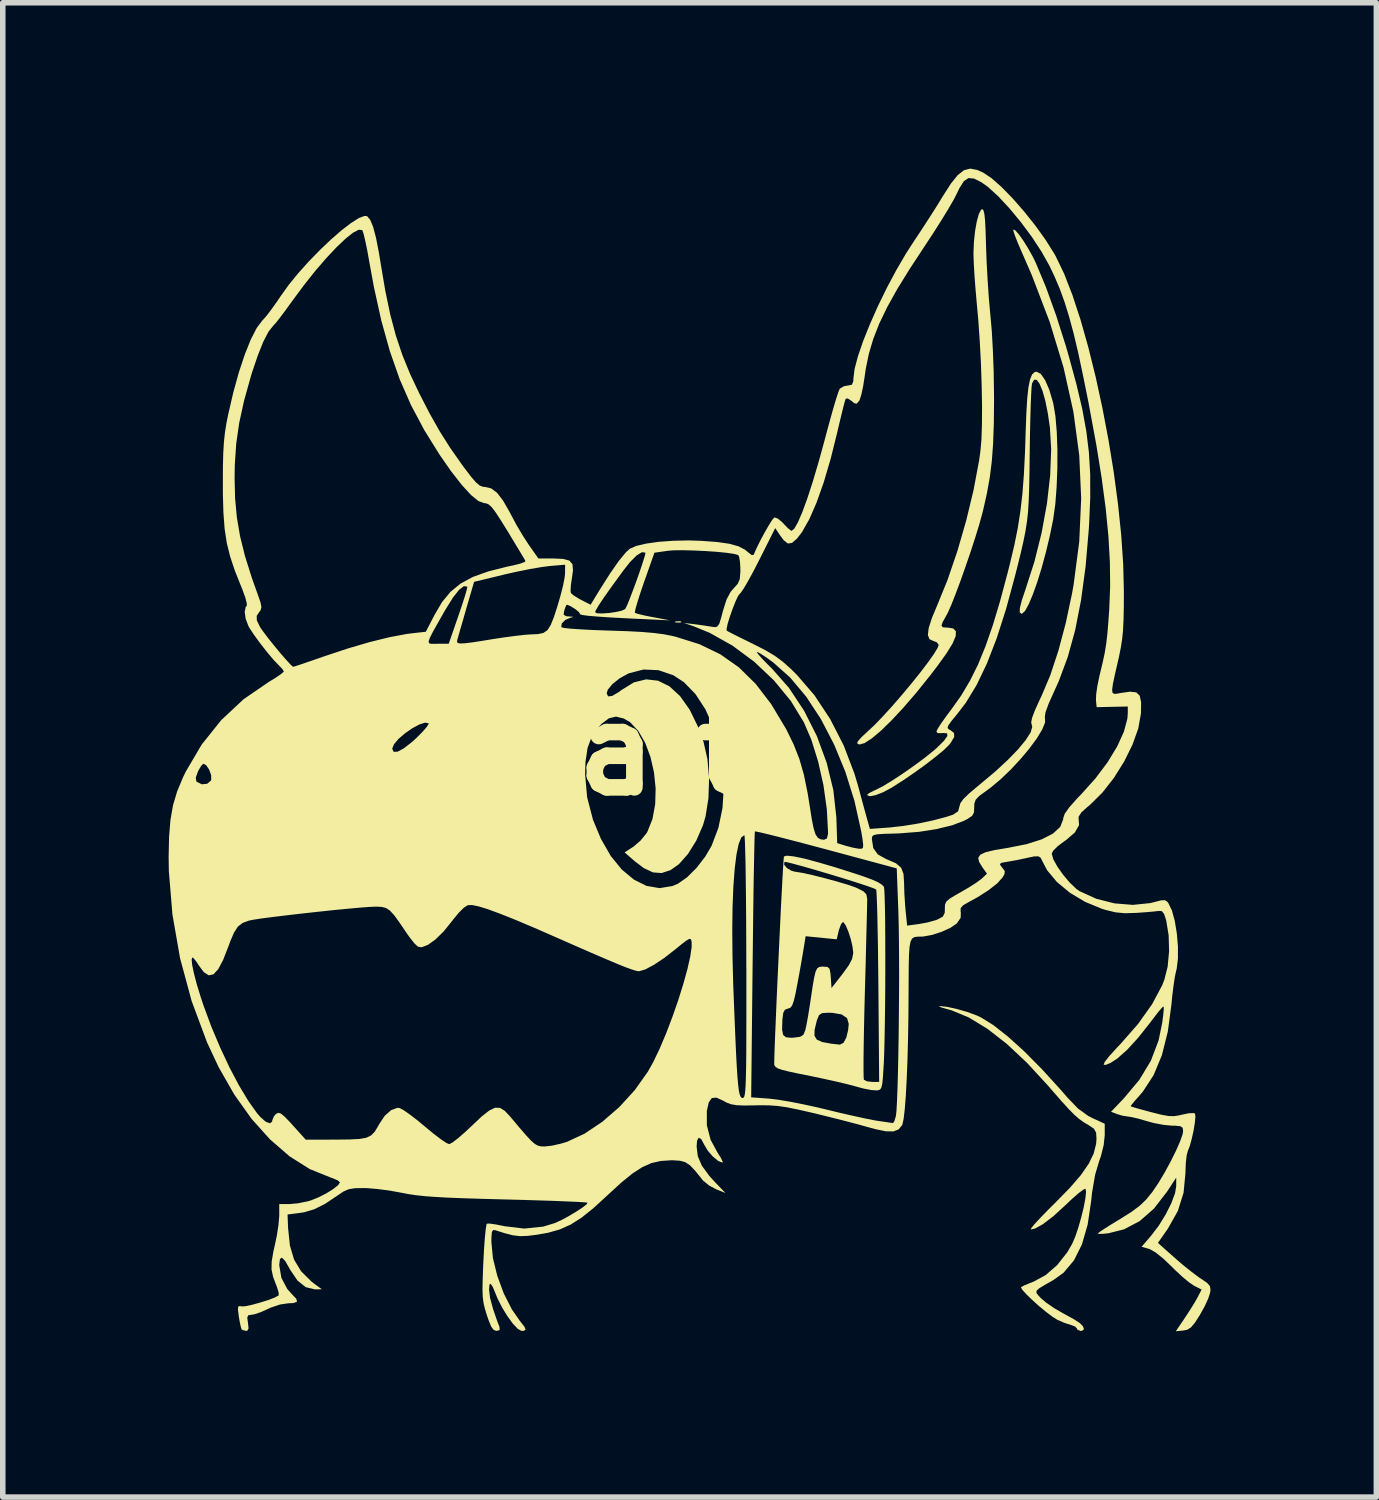
<source format=kicad_pcb>
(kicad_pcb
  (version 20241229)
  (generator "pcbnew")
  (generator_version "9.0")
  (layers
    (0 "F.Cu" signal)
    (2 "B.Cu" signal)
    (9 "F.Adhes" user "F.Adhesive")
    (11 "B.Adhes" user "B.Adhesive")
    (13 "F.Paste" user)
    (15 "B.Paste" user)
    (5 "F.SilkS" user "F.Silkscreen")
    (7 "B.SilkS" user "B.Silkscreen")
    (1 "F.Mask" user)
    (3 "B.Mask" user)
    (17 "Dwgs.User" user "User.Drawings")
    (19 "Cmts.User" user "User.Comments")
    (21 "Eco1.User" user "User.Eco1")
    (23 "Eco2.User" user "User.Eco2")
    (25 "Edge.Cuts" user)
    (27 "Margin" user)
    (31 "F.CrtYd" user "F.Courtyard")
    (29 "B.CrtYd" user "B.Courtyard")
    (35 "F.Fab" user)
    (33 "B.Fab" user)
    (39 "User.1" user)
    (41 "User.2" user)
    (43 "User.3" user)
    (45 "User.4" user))
  (footprint "alt"
    (layer "F.Cu")
    (at 8.924 10.513)
    (property "Reference" "alt" (at 0 0 0) (layer "F.SilkS") (effects (font (size 1.5 1.5) (thickness 0.3))))
    (attr board_only exclude_from_pos_files exclude_from_bom)
    (fp_poly (pts (xy 0.344 -2.322) (xy 0.349 -2.306) (xy 0.292 -2.301) (xy 0.233 -2.307) (xy 0.24 -2.322) (xy 0.325 -2.327)) (stroke (width 0) (type solid)) (fill yes) (layer "F.SilkS"))
    (fp_poly (pts (xy 5.814 -9.76) (xy 5.831 -9.693) (xy 5.844 -9.57) (xy 5.853 -9.383) (xy 5.861 -9.121) (xy 5.861 -9.113) (xy 5.872 -8.819) (xy 5.89 -8.492) (xy 5.912 -8.169) (xy 5.937 -7.886) (xy 5.941 -7.847) (xy 5.966 -7.564) (xy 5.985 -7.221) (xy 5.999 -6.844) (xy 6.005 -6.457) (xy 6.006 -6.325) (xy 6.002 -5.901) (xy 5.989 -5.542) (xy 5.966 -5.226) (xy 5.93 -4.936) (xy 5.879 -4.65) (xy 5.812 -4.35) (xy 5.793 -4.275) (xy 5.74 -4.082) (xy 5.668 -3.847) (xy 5.584 -3.588) (xy 5.492 -3.32) (xy 5.4 -3.059) (xy 5.311 -2.821) (xy 5.233 -2.623) (xy 5.17 -2.481) (xy 5.146 -2.436) (xy 5.078 -2.314) (xy 5.055 -2.246) (xy 5.08 -2.217) (xy 5.154 -2.211) (xy 5.173 -2.211) (xy 5.269 -2.195) (xy 5.316 -2.145) (xy 5.312 -2.056) (xy 5.256 -1.924) (xy 5.145 -1.744) (xy 4.978 -1.512) (xy 4.854 -1.35) (xy 4.605 -1.04) (xy 4.369 -0.766) (xy 4.152 -0.533) (xy 3.958 -0.344) (xy 3.792 -0.205) (xy 3.661 -0.121) (xy 3.568 -0.096) (xy 3.527 -0.121) (xy 3.547 -0.161) (xy 3.616 -0.237) (xy 3.713 -0.327) (xy 3.842 -0.447) (xy 3.995 -0.606) (xy 4.164 -0.791) (xy 4.339 -0.993) (xy 4.511 -1.199) (xy 4.671 -1.398) (xy 4.809 -1.58) (xy 4.917 -1.732) (xy 4.985 -1.844) (xy 5.005 -1.899) (xy 4.969 -1.947) (xy 4.911 -1.968) (xy 4.838 -2.001) (xy 4.809 -2.077) (xy 4.824 -2.204) (xy 4.883 -2.388) (xy 4.977 -2.612) (xy 5.166 -3.077) (xy 5.344 -3.599) (xy 5.503 -4.15) (xy 5.636 -4.702) (xy 5.735 -5.23) (xy 5.759 -5.401) (xy 5.778 -5.611) (xy 5.787 -5.89) (xy 5.789 -6.221) (xy 5.782 -6.59) (xy 5.769 -6.982) (xy 5.748 -7.382) (xy 5.721 -7.776) (xy 5.694 -8.07) (xy 5.672 -8.319) (xy 5.653 -8.566) (xy 5.64 -8.786) (xy 5.634 -8.954) (xy 5.634 -8.988) (xy 5.642 -9.19) (xy 5.663 -9.386) (xy 5.694 -9.559) (xy 5.731 -9.692) (xy 5.771 -9.769) (xy 5.792 -9.78)) (stroke (width 0) (type solid)) (fill yes) (layer "F.SilkS"))
    (fp_poly (pts (xy 5.155 4.648) (xy 5.329 4.686) (xy 5.517 4.74) (xy 5.688 4.802) (xy 5.768 4.839) (xy 5.995 4.98) (xy 6.259 5.188) (xy 6.554 5.455) (xy 6.873 5.777) (xy 7.21 6.147) (xy 7.338 6.294) (xy 7.527 6.49) (xy 7.71 6.622) (xy 7.786 6.661) (xy 8.008 6.763) (xy 8.008 6.972) (xy 7.989 7.149) (xy 7.938 7.352) (xy 7.907 7.438) (xy 7.834 7.686) (xy 7.779 8.006) (xy 7.763 8.158) (xy 7.699 8.588) (xy 7.595 8.947) (xy 7.45 9.236) (xy 7.263 9.458) (xy 7.082 9.588) (xy 6.92 9.68) (xy 6.82 9.741) (xy 6.774 9.785) (xy 6.773 9.824) (xy 6.809 9.871) (xy 6.856 9.92) (xy 6.953 10.002) (xy 7.096 10.1) (xy 7.257 10.193) (xy 7.273 10.202) (xy 7.447 10.297) (xy 7.557 10.368) (xy 7.614 10.426) (xy 7.632 10.478) (xy 7.632 10.479) (xy 7.599 10.507) (xy 7.57 10.51) (xy 7.514 10.488) (xy 7.507 10.469) (xy 7.472 10.431) (xy 7.393 10.401) (xy 7.27 10.361) (xy 7.153 10.31) (xy 7.062 10.253) (xy 6.945 10.165) (xy 6.817 10.059) (xy 6.693 9.947) (xy 6.588 9.845) (xy 6.516 9.765) (xy 6.493 9.721) (xy 6.495 9.718) (xy 6.55 9.688) (xy 6.656 9.644) (xy 6.725 9.617) (xy 6.94 9.5) (xy 7.148 9.319) (xy 7.329 9.09) (xy 7.42 8.933) (xy 7.476 8.802) (xy 7.532 8.636) (xy 7.584 8.452) (xy 7.628 8.272) (xy 7.658 8.113) (xy 7.67 7.995) (xy 7.66 7.938) (xy 7.621 7.954) (xy 7.536 8.018) (xy 7.419 8.12) (xy 7.309 8.224) (xy 7.081 8.433) (xy 6.892 8.578) (xy 6.745 8.659) (xy 6.669 8.675) (xy 6.681 8.648) (xy 6.744 8.572) (xy 6.85 8.458) (xy 6.991 8.313) (xy 7.12 8.185) (xy 7.381 7.918) (xy 7.579 7.688) (xy 7.719 7.485) (xy 7.808 7.302) (xy 7.852 7.127) (xy 7.859 7.038) (xy 7.852 6.923) (xy 7.812 6.852) (xy 7.716 6.788) (xy 7.628 6.736) (xy 7.546 6.677) (xy 7.459 6.601) (xy 7.357 6.498) (xy 7.228 6.356) (xy 7.061 6.165) (xy 6.977 6.068) (xy 6.603 5.662) (xy 6.237 5.319) (xy 5.884 5.044) (xy 5.548 4.84) (xy 5.234 4.71) (xy 5.158 4.689) (xy 5.055 4.66) (xy 5.011 4.641) (xy 5.026 4.635)) (stroke (width 0) (type solid)) (fill yes) (layer "F.SilkS"))
    (fp_poly (pts (xy 6.851 -6.8) (xy 6.929 -6.688) (xy 7.005 -6.513) (xy 7.072 -6.287) (xy 7.079 -6.257) (xy 7.116 -6.037) (xy 7.14 -5.756) (xy 7.152 -5.435) (xy 7.151 -5.096) (xy 7.138 -4.758) (xy 7.114 -4.444) (xy 7.076 -4.175) (xy 7.076 -4.171) (xy 7.015 -3.872) (xy 6.944 -3.575) (xy 6.867 -3.292) (xy 6.787 -3.033) (xy 6.707 -2.809) (xy 6.632 -2.632) (xy 6.566 -2.512) (xy 6.511 -2.462) (xy 6.504 -2.461) (xy 6.471 -2.485) (xy 6.472 -2.561) (xy 6.506 -2.698) (xy 6.572 -2.894) (xy 6.736 -3.403) (xy 6.867 -3.929) (xy 6.963 -4.455) (xy 7.021 -4.963) (xy 7.039 -5.435) (xy 7.016 -5.834) (xy 6.978 -6.091) (xy 6.933 -6.314) (xy 6.882 -6.494) (xy 6.829 -6.623) (xy 6.777 -6.693) (xy 6.731 -6.695) (xy 6.693 -6.628) (xy 6.685 -6.563) (xy 6.677 -6.427) (xy 6.669 -6.231) (xy 6.662 -5.987) (xy 6.656 -5.706) (xy 6.651 -5.401) (xy 6.651 -5.385) (xy 6.647 -5.03) (xy 6.641 -4.743) (xy 6.633 -4.507) (xy 6.621 -4.307) (xy 6.601 -4.126) (xy 6.573 -3.949) (xy 6.535 -3.76) (xy 6.485 -3.543) (xy 6.42 -3.282) (xy 6.386 -3.148) (xy 6.222 -2.543) (xy 6.053 -2.016) (xy 5.877 -1.562) (xy 5.692 -1.175) (xy 5.495 -0.851) (xy 5.338 -0.646) (xy 5.234 -0.52) (xy 5.179 -0.443) (xy 5.165 -0.398) (xy 5.187 -0.371) (xy 5.212 -0.359) (xy 5.282 -0.306) (xy 5.285 -0.233) (xy 5.222 -0.127) (xy 5.189 -0.087) (xy 5.099 0.002) (xy 4.954 0.122) (xy 4.772 0.263) (xy 4.568 0.41) (xy 4.359 0.553) (xy 4.161 0.679) (xy 4.14 0.692) (xy 3.996 0.768) (xy 3.865 0.819) (xy 3.766 0.839) (xy 3.715 0.823) (xy 3.712 0.811) (xy 3.747 0.782) (xy 3.833 0.738) (xy 3.868 0.723) (xy 3.995 0.658) (xy 4.168 0.553) (xy 4.366 0.422) (xy 4.572 0.278) (xy 4.765 0.134) (xy 4.927 0.003) (xy 4.966 -0.031) (xy 5.098 -0.161) (xy 5.162 -0.251) (xy 5.157 -0.299) (xy 5.082 -0.305) (xy 5.067 -0.302) (xy 4.986 -0.303) (xy 4.963 -0.331) (xy 4.987 -0.382) (xy 5.052 -0.483) (xy 5.148 -0.618) (xy 5.241 -0.742) (xy 5.414 -0.986) (xy 5.57 -1.249) (xy 5.715 -1.54) (xy 5.85 -1.87) (xy 5.982 -2.248) (xy 6.114 -2.687) (xy 6.25 -3.195) (xy 6.291 -3.358) (xy 6.371 -3.694) (xy 6.434 -4.006) (xy 6.482 -4.312) (xy 6.519 -4.632) (xy 6.546 -4.983) (xy 6.566 -5.385) (xy 6.577 -5.735) (xy 6.59 -6.083) (xy 6.606 -6.355) (xy 6.628 -6.558) (xy 6.657 -6.701) (xy 6.694 -6.79) (xy 6.741 -6.833) (xy 6.776 -6.84)) (stroke (width 0) (type solid)) (fill yes) (layer "F.SilkS"))
    (fp_poly (pts (xy 2.382 1.927) (xy 2.574 1.967) (xy 2.826 2.034) (xy 3.125 2.122) (xy 3.413 2.213) (xy 3.632 2.285) (xy 3.791 2.343) (xy 3.9 2.391) (xy 3.97 2.433) (xy 4.01 2.472) (xy 4.014 2.477) (xy 4.021 2.53) (xy 4.027 2.654) (xy 4.032 2.84) (xy 4.036 3.076) (xy 4.038 3.352) (xy 4.039 3.656) (xy 4.039 3.977) (xy 4.038 4.304) (xy 4.035 4.627) (xy 4.031 4.934) (xy 4.026 5.214) (xy 4.02 5.457) (xy 4.013 5.651) (xy 4.009 5.714) (xy 3.997 5.909) (xy 3.985 6.036) (xy 3.968 6.109) (xy 3.943 6.145) (xy 3.905 6.158) (xy 3.879 6.16) (xy 3.785 6.153) (xy 3.645 6.126) (xy 3.503 6.088) (xy 3.353 6.048) (xy 3.148 5.999) (xy 2.917 5.948) (xy 2.708 5.904) (xy 2.463 5.855) (xy 2.287 5.817) (xy 2.169 5.787) (xy 2.096 5.762) (xy 2.055 5.736) (xy 2.034 5.707) (xy 2.031 5.699) (xy 2.03 5.652) (xy 2.033 5.531) (xy 2.039 5.348) (xy 2.048 5.113) (xy 2.051 5.058) (xy 2.172 5.058) (xy 2.19 5.155) (xy 2.242 5.199) (xy 2.337 5.208) (xy 2.385 5.205) (xy 2.499 5.19) (xy 2.53 5.171) (xy 2.758 5.171) (xy 2.8 5.241) (xy 2.898 5.285) (xy 3.061 5.315) (xy 3.218 5.332) (xy 3.283 5.299) (xy 3.333 5.207) (xy 3.366 5.074) (xy 3.378 4.956) (xy 3.347 4.852) (xy 3.25 4.786) (xy 3.083 4.757) (xy 3.002 4.755) (xy 2.895 4.762) (xy 2.839 4.799) (xy 2.803 4.889) (xy 2.797 4.911) (xy 2.76 5.064) (xy 2.758 5.171) (xy 2.53 5.171) (xy 2.558 5.152) (xy 2.591 5.074) (xy 2.593 5.067) (xy 2.613 4.974) (xy 2.641 4.822) (xy 2.671 4.635) (xy 2.691 4.504) (xy 2.725 4.275) (xy 2.753 4.115) (xy 2.778 4.012) (xy 2.806 3.954) (xy 2.842 3.928) (xy 2.89 3.921) (xy 2.92 3.921) (xy 2.994 3.927) (xy 3.031 3.961) (xy 3.047 4.045) (xy 3.053 4.114) (xy 3.066 4.308) (xy 3.264 4.055) (xy 3.376 3.9) (xy 3.438 3.783) (xy 3.458 3.682) (xy 3.459 3.663) (xy 3.444 3.549) (xy 3.412 3.414) (xy 3.369 3.282) (xy 3.323 3.176) (xy 3.283 3.119) (xy 3.27 3.115) (xy 3.237 3.157) (xy 3.203 3.25) (xy 3.196 3.275) (xy 3.16 3.427) (xy 2.879 3.399) (xy 2.598 3.371) (xy 2.569 3.552) (xy 2.55 3.668) (xy 2.52 3.841) (xy 2.484 4.044) (xy 2.455 4.2) (xy 2.416 4.404) (xy 2.384 4.539) (xy 2.355 4.621) (xy 2.324 4.663) (xy 2.284 4.679) (xy 2.279 4.679) (xy 2.223 4.7) (xy 2.193 4.758) (xy 2.178 4.873) (xy 2.177 4.895) (xy 2.172 5.058) (xy 2.051 5.058) (xy 2.06 4.835) (xy 2.073 4.525) (xy 2.088 4.194) (xy 2.104 3.851) (xy 2.12 3.507) (xy 2.136 3.173) (xy 2.151 2.857) (xy 2.166 2.572) (xy 2.179 2.326) (xy 2.19 2.131) (xy 2.194 2.078) (xy 2.21 2.078) (xy 2.26 2.138) (xy 2.342 2.187) (xy 2.402 2.203) (xy 2.537 2.225) (xy 2.724 2.266) (xy 2.939 2.32) (xy 3.157 2.379) (xy 3.352 2.437) (xy 3.499 2.488) (xy 3.532 2.502) (xy 3.643 2.558) (xy 3.696 2.613) (xy 3.711 2.692) (xy 3.712 2.719) (xy 3.71 2.792) (xy 3.707 2.937) (xy 3.702 3.146) (xy 3.695 3.406) (xy 3.688 3.709) (xy 3.679 4.044) (xy 3.669 4.392) (xy 3.66 4.743) (xy 3.653 5.067) (xy 3.648 5.356) (xy 3.645 5.6) (xy 3.645 5.789) (xy 3.647 5.915) (xy 3.651 5.966) (xy 3.651 5.967) (xy 3.706 5.995) (xy 3.802 6.006) (xy 3.928 6.006) (xy 3.914 4.278) (xy 3.91 3.907) (xy 3.906 3.561) (xy 3.9 3.251) (xy 3.895 2.984) (xy 3.888 2.77) (xy 3.882 2.618) (xy 3.876 2.536) (xy 3.873 2.525) (xy 3.825 2.503) (xy 3.712 2.463) (xy 3.55 2.409) (xy 3.353 2.347) (xy 3.135 2.28) (xy 2.912 2.213) (xy 2.697 2.15) (xy 2.505 2.096) (xy 2.351 2.054) (xy 2.25 2.03) (xy 2.214 2.026) (xy 2.21 2.078) (xy 2.194 2.078) (xy 2.199 1.996) (xy 2.205 1.932) (xy 2.206 1.929) (xy 2.258 1.914)) (stroke (width 0) (type solid)) (fill yes) (layer "F.SilkS"))
    (fp_poly (pts (xy 5.702 -10.489) (xy 5.81 -10.441) (xy 5.962 -10.339) (xy 6.144 -10.178) (xy 6.344 -9.973) (xy 6.551 -9.736) (xy 6.753 -9.483) (xy 6.938 -9.225) (xy 7.093 -8.978) (xy 7.123 -8.925) (xy 7.274 -8.611) (xy 7.424 -8.225) (xy 7.571 -7.777) (xy 7.711 -7.281) (xy 7.844 -6.745) (xy 7.966 -6.183) (xy 8.076 -5.604) (xy 8.171 -5.022) (xy 8.248 -4.445) (xy 8.306 -3.887) (xy 8.342 -3.358) (xy 8.354 -2.878) (xy 8.353 -2.582) (xy 8.348 -2.351) (xy 8.339 -2.164) (xy 8.323 -2.004) (xy 8.299 -1.851) (xy 8.266 -1.686) (xy 8.243 -1.585) (xy 8.19 -1.354) (xy 8.156 -1.193) (xy 8.142 -1.09) (xy 8.148 -1.034) (xy 8.176 -1.013) (xy 8.226 -1.015) (xy 8.289 -1.027) (xy 8.463 -1.052) (xy 8.577 -1.04) (xy 8.641 -0.98) (xy 8.666 -0.86) (xy 8.663 -0.671) (xy 8.662 -0.652) (xy 8.615 -0.388) (xy 8.51 -0.094) (xy 8.36 0.21) (xy 8.175 0.506) (xy 7.966 0.773) (xy 7.744 0.993) (xy 7.696 1.032) (xy 7.586 1.131) (xy 7.536 1.208) (xy 7.535 1.234) (xy 7.543 1.362) (xy 7.468 1.494) (xy 7.31 1.631) (xy 7.277 1.653) (xy 7.157 1.743) (xy 7.075 1.825) (xy 7.049 1.876) (xy 7.077 1.977) (xy 7.151 2.112) (xy 7.256 2.26) (xy 7.375 2.401) (xy 7.493 2.514) (xy 7.556 2.558) (xy 7.856 2.694) (xy 8.185 2.777) (xy 8.518 2.804) (xy 8.829 2.772) (xy 8.9 2.755) (xy 9.023 2.723) (xy 9.094 2.719) (xy 9.137 2.745) (xy 9.158 2.771) (xy 9.223 2.904) (xy 9.275 3.094) (xy 9.312 3.32) (xy 9.332 3.556) (xy 9.332 3.778) (xy 9.309 3.963) (xy 9.298 4.004) (xy 9.276 4.107) (xy 9.252 4.268) (xy 9.228 4.462) (xy 9.215 4.601) (xy 9.149 5.096) (xy 9.042 5.522) (xy 8.893 5.882) (xy 8.699 6.18) (xy 8.629 6.262) (xy 8.543 6.358) (xy 8.489 6.426) (xy 8.477 6.448) (xy 8.52 6.462) (xy 8.624 6.493) (xy 8.772 6.533) (xy 8.85 6.554) (xy 9.033 6.6) (xy 9.161 6.623) (xy 9.261 6.626) (xy 9.359 6.61) (xy 9.409 6.598) (xy 9.53 6.573) (xy 9.617 6.57) (xy 9.64 6.578) (xy 9.648 6.633) (xy 9.638 6.744) (xy 9.615 6.886) (xy 9.582 7.035) (xy 9.546 7.167) (xy 9.512 7.252) (xy 9.49 7.333) (xy 9.475 7.47) (xy 9.468 7.634) (xy 9.468 7.652) (xy 9.434 8.01) (xy 9.33 8.341) (xy 9.149 8.662) (xy 9.135 8.682) (xy 8.97 8.918) (xy 9.271 9.186) (xy 9.426 9.32) (xy 9.583 9.445) (xy 9.714 9.543) (xy 9.754 9.569) (xy 9.861 9.642) (xy 9.911 9.7) (xy 9.921 9.769) (xy 9.914 9.819) (xy 9.881 9.922) (xy 9.816 10.064) (xy 9.732 10.216) (xy 9.729 10.222) (xy 9.638 10.363) (xy 9.568 10.446) (xy 9.503 10.488) (xy 9.43 10.503) (xy 9.294 10.516) (xy 9.458 10.273) (xy 9.553 10.128) (xy 9.639 9.989) (xy 9.691 9.896) (xy 9.76 9.762) (xy 9.624 9.693) (xy 9.534 9.632) (xy 9.409 9.528) (xy 9.271 9.4) (xy 9.217 9.345) (xy 9.065 9.2) (xy 8.927 9.09) (xy 8.821 9.03) (xy 8.811 9.027) (xy 8.675 8.988) (xy 8.845 8.79) (xy 8.985 8.607) (xy 9.111 8.402) (xy 9.213 8.199) (xy 9.28 8.018) (xy 9.301 7.891) (xy 9.301 7.737) (xy 9.134 7.993) (xy 8.898 8.298) (xy 8.64 8.524) (xy 8.356 8.673) (xy 8.074 8.744) (xy 7.962 8.755) (xy 7.893 8.754) (xy 7.883 8.749) (xy 7.916 8.72) (xy 8.007 8.659) (xy 8.142 8.574) (xy 8.282 8.489) (xy 8.485 8.362) (xy 8.636 8.25) (xy 8.755 8.137) (xy 8.865 8.002) (xy 8.871 7.994) (xy 8.977 7.837) (xy 9.089 7.65) (xy 9.198 7.45) (xy 9.295 7.255) (xy 9.371 7.083) (xy 9.417 6.951) (xy 9.426 6.895) (xy 9.417 6.836) (xy 9.378 6.808) (xy 9.285 6.798) (xy 9.228 6.798) (xy 9.078 6.784) (xy 8.896 6.75) (xy 8.765 6.714) (xy 8.617 6.671) (xy 8.492 6.642) (xy 8.424 6.632) (xy 8.327 6.617) (xy 8.235 6.589) (xy 8.122 6.546) (xy 8.354 6.303) (xy 8.636 5.966) (xy 8.843 5.622) (xy 8.982 5.257) (xy 9.049 4.93) (xy 9.067 4.789) (xy 9.076 4.684) (xy 9.073 4.639) (xy 9.044 4.663) (xy 8.977 4.741) (xy 8.885 4.86) (xy 8.824 4.941) (xy 8.612 5.208) (xy 8.413 5.426) (xy 8.233 5.585) (xy 8.121 5.658) (xy 8.026 5.699) (xy 7.988 5.695) (xy 8.009 5.643) (xy 8.089 5.541) (xy 8.229 5.387) (xy 8.294 5.319) (xy 8.612 4.956) (xy 8.865 4.6) (xy 9.046 4.26) (xy 9.086 4.159) (xy 9.146 3.922) (xy 9.172 3.642) (xy 9.164 3.354) (xy 9.121 3.092) (xy 9.12 3.086) (xy 9.082 2.97) (xy 9.042 2.918) (xy 8.988 2.913) (xy 8.907 2.923) (xy 8.771 2.935) (xy 8.606 2.947) (xy 8.579 2.949) (xy 8.373 2.955) (xy 8.203 2.939) (xy 8.025 2.896) (xy 7.958 2.875) (xy 7.654 2.75) (xy 7.378 2.585) (xy 7.143 2.39) (xy 6.966 2.178) (xy 6.879 2.012) (xy 6.85 1.953) (xy 6.809 1.926) (xy 6.734 1.927) (xy 6.603 1.954) (xy 6.58 1.96) (xy 6.422 1.993) (xy 6.265 2.021) (xy 6.242 2.025) (xy 6.141 2.043) (xy 6.11 2.066) (xy 6.135 2.108) (xy 6.153 2.129) (xy 6.2 2.193) (xy 6.194 2.25) (xy 6.158 2.311) (xy 6.062 2.416) (xy 5.907 2.538) (xy 5.712 2.663) (xy 5.557 2.748) (xy 5.449 2.81) (xy 5.403 2.861) (xy 5.401 2.924) (xy 5.405 2.939) (xy 5.402 3.038) (xy 5.333 3.138) (xy 5.327 3.144) (xy 5.219 3.218) (xy 5.061 3.29) (xy 4.887 3.347) (xy 4.728 3.376) (xy 4.688 3.378) (xy 4.617 3.379) (xy 4.563 3.388) (xy 4.523 3.414) (xy 4.496 3.468) (xy 4.478 3.559) (xy 4.468 3.697) (xy 4.463 3.893) (xy 4.461 4.156) (xy 4.46 4.373) (xy 4.457 4.813) (xy 4.45 5.23) (xy 4.44 5.615) (xy 4.426 5.96) (xy 4.41 6.256) (xy 4.391 6.497) (xy 4.371 6.672) (xy 4.349 6.775) (xy 4.343 6.788) (xy 4.281 6.864) (xy 4.188 6.901) (xy 4.053 6.9) (xy 3.861 6.861) (xy 3.725 6.824) (xy 3.546 6.774) (xy 3.313 6.713) (xy 3.053 6.647) (xy 2.794 6.583) (xy 2.732 6.568) (xy 2.469 6.508) (xy 2.264 6.466) (xy 2.092 6.441) (xy 1.932 6.43) (xy 1.76 6.428) (xy 1.687 6.43) (xy 1.487 6.433) (xy 1.348 6.427) (xy 1.248 6.41) (xy 1.166 6.379) (xy 1.108 6.347) (xy 0.985 6.29) (xy 0.901 6.298) (xy 0.846 6.376) (xy 0.811 6.53) (xy 0.811 6.531) (xy 0.811 6.789) (xy 0.879 7.053) (xy 1.006 7.288) (xy 1.069 7.387) (xy 1.098 7.451) (xy 1.093 7.466) (xy 1.014 7.434) (xy 0.917 7.353) (xy 0.826 7.248) (xy 0.766 7.146) (xy 0.708 7.039) (xy 0.663 7.015) (xy 0.634 7.071) (xy 0.626 7.176) (xy 0.648 7.352) (xy 0.721 7.522) (xy 0.855 7.705) (xy 0.953 7.813) (xy 1.147 8.015) (xy 0.98 7.948) (xy 0.852 7.88) (xy 0.747 7.794) (xy 0.73 7.775) (xy 0.604 7.618) (xy 0.508 7.516) (xy 0.421 7.458) (xy 0.325 7.432) (xy 0.199 7.424) (xy 0.16 7.424) (xy -0.023 7.436) (xy -0.19 7.474) (xy -0.355 7.547) (xy -0.532 7.661) (xy -0.734 7.825) (xy -0.975 8.046) (xy -0.991 8.061) (xy -1.24 8.289) (xy -1.454 8.461) (xy -1.651 8.586) (xy -1.847 8.674) (xy -2.058 8.734) (xy -2.254 8.769) (xy -2.428 8.791) (xy -2.565 8.796) (xy -2.695 8.781) (xy -2.847 8.742) (xy -3.013 8.689) (xy -3.055 8.686) (xy -3.077 8.721) (xy -3.085 8.813) (xy -3.086 8.904) (xy -3.058 9.194) (xy -2.98 9.512) (xy -2.863 9.83) (xy -2.716 10.12) (xy -2.568 10.333) (xy -2.489 10.433) (xy -2.467 10.487) (xy -2.499 10.508) (xy -2.54 10.51) (xy -2.606 10.475) (xy -2.695 10.382) (xy -2.793 10.248) (xy -2.89 10.09) (xy -2.973 9.927) (xy -3.001 9.859) (xy -3.059 9.719) (xy -3.099 9.657) (xy -3.121 9.673) (xy -3.128 9.766) (xy -3.128 9.767) (xy -3.11 9.911) (xy -3.057 10.11) (xy -2.977 10.342) (xy -2.94 10.437) (xy -2.936 10.495) (xy -2.993 10.51) (xy -3.043 10.493) (xy -3.089 10.433) (xy -3.138 10.313) (xy -3.169 10.222) (xy -3.204 10.107) (xy -3.228 10.005) (xy -3.242 9.897) (xy -3.247 9.767) (xy -3.244 9.595) (xy -3.236 9.365) (xy -3.231 9.261) (xy -3.219 9.034) (xy -3.205 8.836) (xy -3.19 8.684) (xy -3.176 8.591) (xy -3.168 8.57) (xy -3.114 8.569) (xy -3.002 8.585) (xy -2.857 8.614) (xy -2.85 8.616) (xy -2.493 8.659) (xy -2.147 8.623) (xy -1.94 8.56) (xy -1.823 8.507) (xy -1.689 8.435) (xy -1.557 8.356) (xy -1.443 8.282) (xy -1.367 8.223) (xy -1.347 8.191) (xy -1.347 8.19) (xy -1.392 8.185) (xy -1.511 8.177) (xy -1.694 8.169) (xy -1.932 8.159) (xy -2.215 8.15) (xy -2.534 8.14) (xy -2.842 8.132) (xy -3.258 8.121) (xy -3.602 8.11) (xy -3.882 8.099) (xy -4.111 8.086) (xy -4.297 8.072) (xy -4.453 8.055) (xy -4.587 8.035) (xy -4.712 8.011) (xy -4.713 8.011) (xy -4.927 7.972) (xy -5.15 7.943) (xy -5.344 7.927) (xy -5.396 7.926) (xy -5.557 7.929) (xy -5.67 7.948) (xy -5.767 7.992) (xy -5.875 8.065) (xy -6.096 8.213) (xy -6.288 8.309) (xy -6.473 8.364) (xy -6.565 8.378) (xy -6.773 8.404) (xy -6.763 8.654) (xy -6.73 8.967) (xy -6.655 9.22) (xy -6.529 9.43) (xy -6.345 9.613) (xy -6.277 9.666) (xy -6.152 9.757) (xy -6.282 9.758) (xy -6.444 9.719) (xy -6.593 9.599) (xy -6.727 9.402) (xy -6.738 9.38) (xy -6.817 9.243) (xy -6.875 9.185) (xy -6.91 9.208) (xy -6.923 9.311) (xy -6.923 9.323) (xy -6.885 9.549) (xy -6.778 9.752) (xy -6.699 9.84) (xy -6.614 9.93) (xy -6.602 9.982) (xy -6.665 10.006) (xy -6.758 10.01) (xy -6.908 10.032) (xy -7.078 10.089) (xy -7.132 10.114) (xy -7.264 10.173) (xy -7.379 10.211) (xy -7.427 10.218) (xy -7.485 10.228) (xy -7.502 10.273) (xy -7.489 10.364) (xy -7.478 10.465) (xy -7.5 10.506) (xy -7.524 10.51) (xy -7.591 10.492) (xy -7.605 10.479) (xy -7.622 10.422) (xy -7.644 10.313) (xy -7.655 10.245) (xy -7.67 10.126) (xy -7.665 10.07) (xy -7.635 10.06) (xy -7.607 10.067) (xy -7.538 10.064) (xy -7.417 10.038) (xy -7.27 9.998) (xy -7.124 9.952) (xy -7.003 9.906) (xy -6.935 9.868) (xy -6.933 9.867) (xy -6.934 9.818) (xy -6.962 9.723) (xy -6.976 9.687) (xy -7.035 9.531) (xy -7.063 9.397) (xy -7.06 9.255) (xy -7.03 9.078) (xy -7.006 8.972) (xy -6.966 8.782) (xy -6.937 8.592) (xy -6.924 8.441) (xy -6.923 8.422) (xy -6.923 8.216) (xy -6.741 8.216) (xy -6.585 8.202) (xy -6.412 8.167) (xy -6.355 8.151) (xy -6.215 8.095) (xy -6.073 8.023) (xy -5.948 7.945) (xy -5.859 7.875) (xy -5.826 7.823) (xy -5.826 7.82) (xy -5.868 7.786) (xy -5.961 7.746) (xy -5.995 7.735) (xy -6.371 7.583) (xy -6.737 7.352) (xy -7.089 7.047) (xy -7.424 6.674) (xy -7.735 6.237) (xy -8.019 5.74) (xy -8.229 5.292) (xy -8.507 4.545) (xy -8.711 3.791) (xy -8.508 3.791) (xy -8.497 3.895) (xy -8.464 4.053) (xy -8.411 4.253) (xy -8.34 4.483) (xy -8.293 4.624) (xy -8.151 5.008) (xy -7.991 5.386) (xy -7.822 5.746) (xy -7.649 6.074) (xy -7.48 6.354) (xy -7.323 6.574) (xy -7.264 6.642) (xy -7.168 6.726) (xy -7.093 6.755) (xy -7.052 6.725) (xy -7.049 6.699) (xy -7.019 6.627) (xy -6.981 6.586) (xy -6.941 6.565) (xy -6.895 6.578) (xy -6.827 6.633) (xy -6.725 6.739) (xy -6.679 6.79) (xy -6.444 7.051) (xy -5.891 7.05) (xy -5.648 7.047) (xy -5.472 7.038) (xy -5.349 7.016) (xy -5.263 6.975) (xy -5.199 6.911) (xy -5.141 6.817) (xy -5.115 6.769) (xy -5.015 6.619) (xy -4.9 6.517) (xy -4.787 6.475) (xy -4.746 6.479) (xy -4.677 6.515) (xy -4.563 6.594) (xy -4.419 6.705) (xy -4.284 6.817) (xy -4.133 6.942) (xy -3.999 7.044) (xy -3.899 7.111) (xy -3.849 7.132) (xy -3.793 7.104) (xy -3.694 7.029) (xy -3.565 6.917) (xy -3.438 6.798) (xy -3.261 6.631) (xy -3.125 6.524) (xy -3.019 6.473) (xy -2.929 6.476) (xy -2.843 6.53) (xy -2.748 6.631) (xy -2.747 6.632) (xy -2.581 6.83) (xy -2.458 6.972) (xy -2.368 7.069) (xy -2.3 7.128) (xy -2.244 7.159) (xy -2.19 7.172) (xy -2.128 7.174) (xy -2.121 7.174) (xy -1.989 7.159) (xy -1.825 7.122) (xy -1.719 7.09) (xy -1.4 6.942) (xy -1.079 6.727) (xy -0.771 6.46) (xy -0.492 6.154) (xy -0.257 5.823) (xy -0.16 5.65) (xy -0.042 5.404) (xy 0.076 5.125) (xy 0.189 4.828) (xy 0.294 4.527) (xy 0.385 4.236) (xy 0.459 3.969) (xy 0.511 3.739) (xy 0.537 3.561) (xy 0.535 3.466) (xy 0.523 3.426) (xy 0.495 3.419) (xy 0.438 3.451) (xy 0.339 3.528) (xy 0.25 3.601) (xy 0.044 3.762) (xy -0.145 3.888) (xy -0.301 3.971) (xy -0.413 4.004) (xy -0.42 4.004) (xy -0.466 3.997) (xy -0.542 3.974) (xy -0.655 3.933) (xy -0.812 3.87) (xy -1.02 3.782) (xy -1.285 3.668) (xy -1.614 3.524) (xy -1.898 3.399) (xy -2.204 3.265) (xy 1.271 3.265) (xy 1.275 3.734) (xy 1.288 4.242) (xy 1.291 4.315) (xy 1.309 4.775) (xy 1.325 5.158) (xy 1.339 5.472) (xy 1.352 5.723) (xy 1.365 5.918) (xy 1.378 6.064) (xy 1.391 6.168) (xy 1.406 6.236) (xy 1.423 6.276) (xy 1.442 6.294) (xy 1.459 6.298) (xy 1.474 6.293) (xy 1.479 6.285) (xy 1.613 6.285) (xy 1.943 6.309) (xy 2.1 6.328) (xy 2.314 6.364) (xy 2.563 6.413) (xy 2.824 6.47) (xy 2.961 6.503) (xy 3.211 6.564) (xy 3.453 6.619) (xy 3.667 6.666) (xy 3.832 6.699) (xy 3.9 6.71) (xy 4.037 6.73) (xy 4.138 6.745) (xy 4.176 6.752) (xy 4.202 6.719) (xy 4.228 6.633) (xy 4.231 6.621) (xy 4.241 6.53) (xy 4.25 6.366) (xy 4.259 6.141) (xy 4.267 5.866) (xy 4.274 5.552) (xy 4.28 5.209) (xy 4.284 4.85) (xy 4.287 4.484) (xy 4.289 4.124) (xy 4.288 3.78) (xy 4.286 3.463) (xy 4.282 3.185) (xy 4.276 2.955) (xy 4.276 2.945) (xy 4.246 2.144) (xy 2.972 1.801) (xy 2.66 1.718) (xy 2.375 1.643) (xy 2.126 1.579) (xy 1.923 1.528) (xy 1.776 1.493) (xy 1.694 1.476) (xy 1.681 1.475) (xy 1.677 1.518) (xy 1.673 1.638) (xy 1.669 1.826) (xy 1.664 2.075) (xy 1.658 2.378) (xy 1.653 2.728) (xy 1.648 3.116) (xy 1.643 3.535) (xy 1.639 3.888) (xy 1.613 6.285) (xy 1.479 6.285) (xy 1.486 6.275) (xy 1.497 6.236) (xy 1.505 6.171) (xy 1.512 6.073) (xy 1.517 5.937) (xy 1.521 5.755) (xy 1.524 5.521) (xy 1.525 5.23) (xy 1.526 4.874) (xy 1.526 4.448) (xy 1.526 3.945) (xy 1.525 3.921) (xy 1.524 3.484) (xy 1.522 3.073) (xy 1.519 2.696) (xy 1.515 2.359) (xy 1.511 2.071) (xy 1.505 1.837) (xy 1.5 1.667) (xy 1.494 1.568) (xy 1.489 1.543) (xy 1.434 1.584) (xy 1.387 1.702) (xy 1.347 1.892) (xy 1.315 2.149) (xy 1.291 2.468) (xy 1.276 2.841) (xy 1.271 3.265) (xy -2.204 3.265) (xy -2.31 3.219) (xy -2.652 3.074) (xy -2.931 2.963) (xy -3.151 2.882) (xy -3.317 2.831) (xy -3.436 2.807) (xy -3.511 2.809) (xy -3.512 2.809) (xy -3.583 2.854) (xy -3.68 2.951) (xy -3.787 3.082) (xy -3.803 3.103) (xy -3.95 3.285) (xy -4.098 3.43) (xy -4.235 3.528) (xy -4.348 3.571) (xy -4.414 3.56) (xy -4.475 3.504) (xy -4.557 3.401) (xy -4.62 3.313) (xy -4.749 3.122) (xy -4.845 2.99) (xy -4.922 2.907) (xy -4.992 2.861) (xy -5.068 2.841) (xy -5.162 2.836) (xy -5.177 2.836) (xy -5.29 2.841) (xy -5.467 2.854) (xy -5.693 2.875) (xy -5.953 2.9) (xy -6.233 2.93) (xy -6.516 2.961) (xy -6.789 2.993) (xy -7.037 3.023) (xy -7.244 3.05) (xy -7.395 3.073) (xy -7.469 3.088) (xy -7.584 3.13) (xy -7.67 3.196) (xy -7.741 3.304) (xy -7.812 3.471) (xy -7.839 3.545) (xy -7.937 3.797) (xy -8.027 3.968) (xy -8.114 4.061) (xy -8.199 4.078) (xy -8.287 4.021) (xy -8.362 3.921) (xy -8.429 3.822) (xy -8.479 3.762) (xy -8.493 3.754) (xy -8.508 3.791) (xy -8.711 3.791) (xy -8.717 3.769) (xy -8.855 2.979) (xy -8.92 2.193) (xy -8.924 1.939) (xy -8.916 1.573) (xy -8.891 1.267) (xy -8.844 1) (xy -8.77 0.752) (xy -8.665 0.5) (xy -8.665 0.5) (xy -8.433 0.5) (xy -8.424 0.566) (xy -8.413 0.579) (xy -8.324 0.623) (xy -8.228 0.614) (xy -8.16 0.557) (xy -8.153 0.54) (xy -8.155 0.456) (xy -8.162 0.438) (xy -1.391 0.438) (xy -1.355 0.853) (xy -1.249 1.263) (xy -1.105 1.609) (xy -0.928 1.918) (xy -0.727 2.165) (xy -0.508 2.347) (xy -0.279 2.461) (xy -0.045 2.501) (xy 0.186 2.464) (xy 0.289 2.421) (xy 0.453 2.306) (xy 0.625 2.135) (xy 0.782 1.931) (xy 0.897 1.735) (xy 1.021 1.408) (xy 1.094 1.052) (xy 1.118 0.679) (xy 1.097 0.301) (xy 1.032 -0.068) (xy 0.927 -0.418) (xy 0.784 -0.735) (xy 0.606 -1.008) (xy 0.397 -1.224) (xy 0.204 -1.35) (xy -0.064 -1.441) (xy -0.334 -1.453) (xy -0.595 -1.386) (xy -0.615 -1.378) (xy -0.77 -1.291) (xy -0.897 -1.189) (xy -0.98 -1.089) (xy -1.001 -1.024) (xy -0.975 -0.967) (xy -0.901 -0.975) (xy -0.781 -1.046) (xy -0.73 -1.084) (xy -0.507 -1.221) (xy -0.286 -1.275) (xy -0.072 -1.251) (xy 0.133 -1.15) (xy 0.325 -0.974) (xy 0.501 -0.726) (xy 0.656 -0.407) (xy 0.751 -0.146) (xy 0.822 0.169) (xy 0.852 0.519) (xy 0.84 0.874) (xy 0.788 1.203) (xy 0.741 1.364) (xy 0.62 1.642) (xy 0.471 1.882) (xy 0.305 2.069) (xy 0.155 2.175) (xy -0.006 2.228) (xy -0.163 2.217) (xy -0.332 2.137) (xy -0.495 2.013) (xy -0.676 1.855) (xy -0.516 1.751) (xy -0.391 1.644) (xy -0.282 1.511) (xy -0.264 1.481) (xy -0.172 1.249) (xy -0.123 0.983) (xy -0.115 0.697) (xy -0.145 0.407) (xy -0.209 0.127) (xy -0.304 -0.127) (xy -0.428 -0.341) (xy -0.576 -0.499) (xy -0.692 -0.567) (xy -0.832 -0.601) (xy -0.96 -0.571) (xy -1.092 -0.471) (xy -1.158 -0.401) (xy -1.273 -0.234) (xy -1.346 -0.035) (xy -1.384 0.215) (xy -1.391 0.438) (xy -8.162 0.438) (xy -8.191 0.357) (xy -8.245 0.278) (xy -8.293 0.25) (xy -8.331 0.284) (xy -8.382 0.368) (xy -8.393 0.391) (xy -8.433 0.5) (xy -8.665 0.5) (xy -8.615 0.396) (xy -8.37 -0.021) (xy -4.88 -0.021) (xy -4.854 0.036) (xy -4.781 0.033) (xy -4.667 -0.029) (xy -4.518 -0.146) (xy -4.453 -0.205) (xy -4.339 -0.318) (xy -4.257 -0.412) (xy -4.22 -0.47) (xy -4.22 -0.48) (xy -4.286 -0.492) (xy -4.392 -0.458) (xy -4.519 -0.389) (xy -4.65 -0.298) (xy -4.766 -0.198) (xy -4.848 -0.101) (xy -4.88 -0.021) (xy -8.37 -0.021) (xy -8.324 -0.098) (xy -7.974 -0.536) (xy -7.569 -0.915) (xy -7.117 -1.225) (xy -6.985 -1.306) (xy -6.888 -1.373) (xy -6.842 -1.413) (xy -6.84 -1.417) (xy -6.868 -1.464) (xy -6.928 -1.526) (xy -7.022 -1.624) (xy -7.141 -1.765) (xy -7.267 -1.926) (xy -7.381 -2.082) (xy -7.464 -2.209) (xy -7.481 -2.24) (xy -7.531 -2.372) (xy -7.548 -2.496) (xy -7.53 -2.584) (xy -7.511 -2.604) (xy -7.51 -2.65) (xy -7.537 -2.754) (xy -7.588 -2.896) (xy -7.619 -2.972) (xy -7.729 -3.249) (xy -7.812 -3.499) (xy -7.872 -3.742) (xy -7.911 -3.998) (xy -7.933 -4.287) (xy -7.943 -4.63) (xy -7.943 -4.817) (xy -7.943 -4.922) (xy -7.731 -4.922) (xy -7.722 -4.551) (xy -7.69 -4.206) (xy -7.632 -3.864) (xy -7.543 -3.506) (xy -7.419 -3.111) (xy -7.306 -2.794) (xy -7.26 -2.66) (xy -7.246 -2.579) (xy -7.261 -2.525) (xy -7.281 -2.499) (xy -7.331 -2.423) (xy -7.329 -2.342) (xy -7.275 -2.23) (xy -7.264 -2.211) (xy -7.206 -2.129) (xy -7.118 -2.013) (xy -7.012 -1.881) (xy -6.901 -1.747) (xy -6.798 -1.629) (xy -6.719 -1.542) (xy -6.674 -1.503) (xy -6.672 -1.502) (xy -6.626 -1.515) (xy -6.517 -1.551) (xy -6.36 -1.605) (xy -6.168 -1.671) (xy -6.109 -1.692) (xy -5.688 -1.832) (xy -5.289 -1.949) (xy -5.244 -1.96) (xy -4.222 -1.96) (xy -4.213 -1.928) (xy -4.177 -1.918) (xy -4.114 -1.918) (xy -4.058 -1.919) (xy -3.858 -1.919) (xy -3.845 -1.956) (xy -3.707 -1.956) (xy -3.694 -1.933) (xy -3.649 -1.924) (xy -3.563 -1.928) (xy -3.423 -1.945) (xy -3.219 -1.977) (xy -3.066 -2.002) (xy -2.85 -2.035) (xy -2.646 -2.062) (xy -2.477 -2.081) (xy -2.377 -2.088) (xy -2.24 -2.094) (xy -2.142 -2.116) (xy -2.07 -2.167) (xy -2.035 -2.223) (xy -1.822 -2.223) (xy -1.819 -2.218) (xy -1.772 -2.205) (xy -1.654 -2.192) (xy -1.479 -2.18) (xy -1.259 -2.168) (xy -1.007 -2.159) (xy -0.95 -2.157) (xy -0.62 -2.146) (xy -0.358 -2.132) (xy -0.147 -2.114) (xy 0.03 -2.091) (xy 0.188 -2.06) (xy 0.25 -2.045) (xy 0.677 -1.911) (xy 1.054 -1.729) (xy 1.391 -1.492) (xy 1.695 -1.193) (xy 1.976 -0.826) (xy 2.241 -0.383) (xy 2.249 -0.369) (xy 2.381 -0.099) (xy 2.485 0.166) (xy 2.567 0.452) (xy 2.634 0.782) (xy 2.672 1.016) (xy 2.709 1.254) (xy 2.743 1.422) (xy 2.778 1.531) (xy 2.821 1.593) (xy 2.875 1.62) (xy 2.93 1.626) (xy 2.982 1.604) (xy 3.002 1.526) (xy 3.003 1.485) (xy 2.981 1.071) (xy 2.92 0.638) (xy 2.824 0.211) (xy 2.701 -0.184) (xy 2.567 -0.496) (xy 2.33 -0.885) (xy 2.025 -1.256) (xy 1.668 -1.594) (xy 1.429 -1.771) (xy 1.715 -1.771) (xy 1.735 -1.736) (xy 1.804 -1.657) (xy 1.909 -1.548) (xy 1.988 -1.471) (xy 2.298 -1.119) (xy 2.571 -0.706) (xy 2.801 -0.249) (xy 2.979 0.235) (xy 3.099 0.728) (xy 3.153 1.215) (xy 3.154 1.229) (xy 3.169 1.687) (xy 3.326 1.736) (xy 3.452 1.769) (xy 3.558 1.788) (xy 3.57 1.789) (xy 3.614 1.788) (xy 3.636 1.768) (xy 3.639 1.712) (xy 3.625 1.603) (xy 3.603 1.473) (xy 3.482 0.927) (xy 3.317 0.399) (xy 3.112 -0.099) (xy 2.874 -0.557) (xy 2.607 -0.964) (xy 2.317 -1.309) (xy 2.014 -1.579) (xy 1.885 -1.673) (xy 1.782 -1.74) (xy 1.723 -1.771) (xy 1.715 -1.771) (xy 1.429 -1.771) (xy 1.275 -1.885) (xy 0.862 -2.117) (xy 0.688 -2.188) (xy 1.168 -2.188) (xy 1.171 -2.155) (xy 1.213 -2.132) (xy 1.315 -2.08) (xy 1.462 -2.007) (xy 1.639 -1.92) (xy 1.647 -1.916) (xy 1.867 -1.804) (xy 2.036 -1.704) (xy 2.182 -1.597) (xy 2.331 -1.464) (xy 2.44 -1.356) (xy 2.757 -0.988) (xy 3.042 -0.557) (xy 3.287 -0.078) (xy 3.481 0.431) (xy 3.551 0.667) (xy 3.602 0.858) (xy 3.655 1.053) (xy 3.697 1.205) (xy 3.76 1.43) (xy 4.122 1.404) (xy 4.366 1.376) (xy 4.638 1.332) (xy 4.906 1.275) (xy 5.141 1.213) (xy 5.266 1.172) (xy 5.356 1.111) (xy 5.38 1.025) (xy 5.396 0.966) (xy 5.449 0.892) (xy 5.549 0.794) (xy 5.706 0.661) (xy 5.768 0.61) (xy 6.029 0.391) (xy 6.256 0.181) (xy 6.442 -0.011) (xy 6.581 -0.18) (xy 6.669 -0.318) (xy 6.697 -0.418) (xy 6.688 -0.451) (xy 6.678 -0.5) (xy 6.695 -0.583) (xy 6.744 -0.712) (xy 6.828 -0.898) (xy 6.867 -0.98) (xy 7.024 -1.352) (xy 7.17 -1.794) (xy 7.302 -2.29) (xy 7.416 -2.826) (xy 7.444 -2.98) (xy 7.547 -3.766) (xy 7.582 -4.547) (xy 7.547 -5.328) (xy 7.441 -6.116) (xy 7.263 -6.917) (xy 7.013 -7.738) (xy 6.689 -8.586) (xy 6.508 -9.002) (xy 6.437 -9.166) (xy 6.384 -9.3) (xy 6.355 -9.388) (xy 6.354 -9.412) (xy 6.39 -9.397) (xy 6.455 -9.324) (xy 6.537 -9.208) (xy 6.625 -9.066) (xy 6.71 -8.914) (xy 6.76 -8.811) (xy 6.945 -8.368) (xy 7.129 -7.858) (xy 7.307 -7.297) (xy 7.362 -7.106) (xy 7.497 -6.609) (xy 7.601 -6.168) (xy 7.675 -5.764) (xy 7.722 -5.376) (xy 7.745 -4.986) (xy 7.746 -4.571) (xy 7.727 -4.114) (xy 7.72 -3.996) (xy 7.662 -3.318) (xy 7.58 -2.711) (xy 7.474 -2.169) (xy 7.34 -1.682) (xy 7.177 -1.243) (xy 7.094 -1.059) (xy 6.992 -0.832) (xy 6.935 -0.674) (xy 6.924 -0.586) (xy 6.927 -0.576) (xy 6.929 -0.494) (xy 6.877 -0.368) (xy 6.781 -0.209) (xy 6.649 -0.029) (xy 6.49 0.161) (xy 6.315 0.35) (xy 6.131 0.527) (xy 5.948 0.681) (xy 5.855 0.749) (xy 5.736 0.836) (xy 5.673 0.903) (xy 5.649 0.973) (xy 5.647 1.041) (xy 5.643 1.133) (xy 5.609 1.194) (xy 5.527 1.249) (xy 5.462 1.283) (xy 5.246 1.365) (xy 4.967 1.433) (xy 4.647 1.483) (xy 4.305 1.51) (xy 4.202 1.514) (xy 4.016 1.519) (xy 3.897 1.527) (xy 3.831 1.541) (xy 3.802 1.567) (xy 3.796 1.606) (xy 3.796 1.613) (xy 3.821 1.776) (xy 3.904 1.892) (xy 4.058 1.977) (xy 4.074 1.983) (xy 4.232 2.052) (xy 4.325 2.131) (xy 4.368 2.243) (xy 4.379 2.413) (xy 4.379 2.421) (xy 4.384 2.602) (xy 4.397 2.807) (xy 4.407 2.918) (xy 4.434 3.179) (xy 4.643 3.151) (xy 4.798 3.123) (xy 4.943 3.083) (xy 4.987 3.067) (xy 5.08 3.016) (xy 5.114 2.948) (xy 5.116 2.873) (xy 5.118 2.802) (xy 5.141 2.747) (xy 5.201 2.693) (xy 5.312 2.625) (xy 5.4 2.576) (xy 5.553 2.487) (xy 5.687 2.401) (xy 5.777 2.335) (xy 5.785 2.328) (xy 5.878 2.24) (xy 5.796 2.125) (xy 5.736 2.027) (xy 5.72 1.953) (xy 5.757 1.897) (xy 5.852 1.852) (xy 6.016 1.813) (xy 6.255 1.773) (xy 6.255 1.773) (xy 6.595 1.706) (xy 6.868 1.619) (xy 7.073 1.514) (xy 7.203 1.393) (xy 7.256 1.258) (xy 7.257 1.237) (xy 7.284 1.157) (xy 7.367 1.039) (xy 7.51 0.878) (xy 7.58 0.806) (xy 7.839 0.518) (xy 8.059 0.225) (xy 8.233 -0.061) (xy 8.355 -0.329) (xy 8.418 -0.567) (xy 8.425 -0.662) (xy 8.425 -0.784) (xy 8.143 -0.778) (xy 7.862 -0.772) (xy 7.849 -0.902) (xy 7.853 -1.005) (xy 7.875 -1.158) (xy 7.911 -1.331) (xy 7.918 -1.361) (xy 7.969 -1.573) (xy 8.007 -1.749) (xy 8.034 -1.914) (xy 8.055 -2.092) (xy 8.073 -2.307) (xy 8.089 -2.537) (xy 8.106 -2.957) (xy 8.101 -3.394) (xy 8.075 -3.86) (xy 8.026 -4.362) (xy 7.953 -4.913) (xy 7.855 -5.521) (xy 7.73 -6.196) (xy 7.711 -6.298) (xy 7.614 -6.778) (xy 7.527 -7.188) (xy 7.444 -7.537) (xy 7.363 -7.837) (xy 7.281 -8.101) (xy 7.195 -8.338) (xy 7.1 -8.561) (xy 7.006 -8.76) (xy 6.864 -9.012) (xy 6.689 -9.279) (xy 6.491 -9.545) (xy 6.285 -9.794) (xy 6.083 -10.011) (xy 5.897 -10.181) (xy 5.78 -10.265) (xy 5.645 -10.333) (xy 5.543 -10.342) (xy 5.459 -10.286) (xy 5.379 -10.158) (xy 5.34 -10.077) (xy 5.279 -9.956) (xy 5.179 -9.784) (xy 5.052 -9.576) (xy 4.907 -9.348) (xy 4.759 -9.123) (xy 4.483 -8.703) (xy 4.256 -8.336) (xy 4.074 -8.009) (xy 3.931 -7.713) (xy 3.822 -7.435) (xy 3.742 -7.166) (xy 3.686 -6.894) (xy 3.665 -6.75) (xy 3.638 -6.576) (xy 3.606 -6.427) (xy 3.575 -6.329) (xy 3.564 -6.309) (xy 3.52 -6.261) (xy 3.477 -6.27) (xy 3.428 -6.312) (xy 3.361 -6.355) (xy 3.323 -6.351) (xy 3.306 -6.3) (xy 3.275 -6.183) (xy 3.234 -6.015) (xy 3.186 -5.813) (xy 3.168 -5.735) (xy 3.05 -5.261) (xy 2.925 -4.838) (xy 2.795 -4.471) (xy 2.663 -4.169) (xy 2.531 -3.937) (xy 2.442 -3.822) (xy 2.351 -3.743) (xy 2.277 -3.732) (xy 2.2 -3.793) (xy 2.139 -3.875) (xy 2.048 -4.011) (xy 1.756 -3.429) (xy 1.652 -3.227) (xy 1.557 -3.053) (xy 1.479 -2.92) (xy 1.425 -2.841) (xy 1.408 -2.825) (xy 1.375 -2.781) (xy 1.329 -2.682) (xy 1.277 -2.55) (xy 1.227 -2.409) (xy 1.188 -2.281) (xy 1.168 -2.188) (xy 0.688 -2.188) (xy 0.563 -2.239) (xy 0.396 -2.295) (xy 0.584 -2.273) (xy 0.732 -2.253) (xy 0.869 -2.232) (xy 0.897 -2.227) (xy 0.962 -2.219) (xy 1.004 -2.233) (xy 1.037 -2.284) (xy 1.07 -2.389) (xy 1.101 -2.509) (xy 1.166 -2.716) (xy 1.24 -2.857) (xy 1.299 -2.925) (xy 1.37 -3.003) (xy 1.406 -3.087) (xy 1.417 -3.21) (xy 1.418 -3.267) (xy 1.411 -3.399) (xy 1.394 -3.494) (xy 1.377 -3.524) (xy 1.306 -3.544) (xy 1.17 -3.564) (xy 0.99 -3.582) (xy 0.784 -3.596) (xy 0.573 -3.606) (xy 0.374 -3.611) (xy 0.209 -3.609) (xy 0.109 -3.601) (xy -0.137 -3.566) (xy -0.325 -3.033) (xy -0.392 -2.837) (xy -0.445 -2.67) (xy -0.48 -2.547) (xy -0.492 -2.484) (xy -0.491 -2.479) (xy -0.442 -2.461) (xy -0.333 -2.434) (xy -0.186 -2.404) (xy -0.161 -2.4) (xy 0.146 -2.342) (xy -0.229 -2.36) (xy -0.62 -2.378) (xy -0.932 -2.395) (xy -1.169 -2.411) (xy -1.337 -2.425) (xy -1.44 -2.439) (xy -1.482 -2.452) (xy -1.483 -2.457) (xy -1.501 -2.49) (xy -1.21 -2.49) (xy -1.173 -2.47) (xy -1.081 -2.467) (xy -0.958 -2.475) (xy -0.831 -2.494) (xy -0.725 -2.518) (xy -0.666 -2.547) (xy -0.663 -2.551) (xy -0.629 -2.621) (xy -0.579 -2.744) (xy -0.52 -2.9) (xy -0.456 -3.073) (xy -0.396 -3.244) (xy -0.346 -3.395) (xy -0.311 -3.507) (xy -0.299 -3.564) (xy -0.3 -3.567) (xy -0.363 -3.575) (xy -0.458 -3.517) (xy -0.578 -3.397) (xy -0.692 -3.253) (xy -0.895 -2.975) (xy -1.047 -2.761) (xy -1.148 -2.609) (xy -1.201 -2.517) (xy -1.21 -2.49) (xy -1.501 -2.49) (xy -1.503 -2.492) (xy -1.567 -2.545) (xy -1.647 -2.595) (xy -1.71 -2.623) (xy -1.729 -2.621) (xy -1.749 -2.575) (xy -1.77 -2.513) (xy -1.779 -2.445) (xy -1.735 -2.418) (xy -1.682 -2.413) (xy -1.611 -2.407) (xy -1.62 -2.398) (xy -1.655 -2.39) (xy -1.749 -2.35) (xy -1.813 -2.286) (xy -1.822 -2.223) (xy -2.035 -2.223) (xy -2.012 -2.26) (xy -1.953 -2.408) (xy -1.895 -2.588) (xy -1.837 -2.785) (xy -1.79 -2.97) (xy -1.761 -3.118) (xy -1.754 -3.186) (xy -1.752 -3.349) (xy -2.033 -3.325) (xy -2.185 -3.305) (xy -2.391 -3.27) (xy -2.623 -3.223) (xy -2.856 -3.171) (xy -2.857 -3.17) (xy -3.399 -3.039) (xy -3.541 -2.552) (xy -3.597 -2.356) (xy -3.647 -2.185) (xy -3.683 -2.057) (xy -3.702 -1.992) (xy -3.707 -1.956) (xy -3.845 -1.956) (xy -3.682 -2.427) (xy -3.617 -2.619) (xy -3.565 -2.78) (xy -3.532 -2.895) (xy -3.521 -2.95) (xy -3.522 -2.952) (xy -3.584 -2.961) (xy -3.671 -2.894) (xy -3.782 -2.753) (xy -3.915 -2.539) (xy -3.931 -2.512) (xy -4.057 -2.29) (xy -4.146 -2.131) (xy -4.2 -2.024) (xy -4.222 -1.96) (xy -5.244 -1.96) (xy -4.927 -2.038) (xy -4.619 -2.096) (xy -4.524 -2.108) (xy -4.272 -2.136) (xy -4.114 -2.441) (xy -3.979 -2.672) (xy -3.826 -2.858) (xy -3.644 -3.007) (xy -3.42 -3.128) (xy -3.141 -3.228) (xy -2.795 -3.315) (xy -2.698 -3.335) (xy -2.572 -3.366) (xy -2.489 -3.396) (xy -2.469 -3.415) (xy -2.494 -3.459) (xy -2.555 -3.561) (xy -2.643 -3.707) (xy -2.75 -3.884) (xy -2.792 -3.954) (xy -2.918 -4.156) (xy -3.01 -4.297) (xy -3.079 -4.388) (xy -3.133 -4.438) (xy -3.182 -4.459) (xy -3.217 -4.463) (xy -3.32 -4.5) (xy -3.455 -4.61) (xy -3.62 -4.79) (xy -3.813 -5.037) (xy -4.023 -5.339) (xy -4.3 -5.784) (xy -4.54 -6.236) (xy -4.746 -6.707) (xy -4.923 -7.213) (xy -5.077 -7.765) (xy -5.212 -8.376) (xy -5.297 -8.842) (xy -5.333 -9.043) (xy -5.369 -9.214) (xy -5.399 -9.339) (xy -5.421 -9.4) (xy -5.423 -9.401) (xy -5.485 -9.408) (xy -5.588 -9.354) (xy -5.725 -9.245) (xy -5.889 -9.089) (xy -6.073 -8.893) (xy -6.271 -8.664) (xy -6.474 -8.408) (xy -6.677 -8.134) (xy -6.686 -8.122) (xy -6.804 -7.959) (xy -6.909 -7.819) (xy -6.99 -7.716) (xy -7.033 -7.67) (xy -7.116 -7.566) (xy -7.21 -7.386) (xy -7.31 -7.137) (xy -7.415 -6.827) (xy -7.438 -6.75) (xy -7.561 -6.31) (xy -7.647 -5.915) (xy -7.701 -5.54) (xy -7.727 -5.156) (xy -7.731 -4.922) (xy -7.943 -4.922) (xy -7.942 -5.123) (xy -7.936 -5.366) (xy -7.924 -5.566) (xy -7.905 -5.742) (xy -7.877 -5.916) (xy -7.846 -6.068) (xy -7.754 -6.466) (xy -7.653 -6.83) (xy -7.546 -7.152) (xy -7.438 -7.422) (xy -7.331 -7.63) (xy -7.23 -7.765) (xy -7.219 -7.776) (xy -7.158 -7.844) (xy -7.067 -7.964) (xy -6.96 -8.114) (xy -6.893 -8.213) (xy -6.748 -8.415) (xy -6.576 -8.626) (xy -6.385 -8.838) (xy -6.185 -9.043) (xy -5.986 -9.232) (xy -5.797 -9.397) (xy -5.626 -9.528) (xy -5.484 -9.618) (xy -5.379 -9.658) (xy -5.333 -9.652) (xy -5.278 -9.587) (xy -5.225 -9.459) (xy -5.173 -9.262) (xy -5.12 -8.991) (xy -5.088 -8.794) (xy -5.005 -8.303) (xy -4.916 -7.877) (xy -4.815 -7.496) (xy -4.696 -7.141) (xy -4.554 -6.793) (xy -4.39 -6.447) (xy -4.199 -6.077) (xy -4.019 -5.759) (xy -3.833 -5.465) (xy -3.625 -5.168) (xy -3.576 -5.101) (xy -3.453 -4.94) (xy -3.364 -4.837) (xy -3.296 -4.78) (xy -3.235 -4.757) (xy -3.201 -4.755) (xy -3.091 -4.73) (xy -2.985 -4.651) (xy -2.876 -4.51) (xy -2.754 -4.298) (xy -2.729 -4.249) (xy -2.629 -4.062) (xy -2.512 -3.866) (xy -2.406 -3.703) (xy -2.405 -3.702) (xy -2.236 -3.462) (xy -1.981 -3.462) (xy -1.794 -3.454) (xy -1.677 -3.424) (xy -1.62 -3.359) (xy -1.61 -3.248) (xy -1.628 -3.117) (xy -1.648 -2.981) (xy -1.654 -2.876) (xy -1.647 -2.835) (xy -1.596 -2.792) (xy -1.499 -2.732) (xy -1.456 -2.709) (xy -1.291 -2.625) (xy -1.136 -2.88) (xy -0.941 -3.188) (xy -0.779 -3.42) (xy -0.651 -3.575) (xy -0.584 -3.636) (xy -0.47 -3.687) (xy -0.29 -3.73) (xy -0.059 -3.763) (xy 0.205 -3.782) (xy 0.486 -3.788) (xy 0.709 -3.781) (xy 1.001 -3.759) (xy 1.222 -3.727) (xy 1.385 -3.681) (xy 1.502 -3.62) (xy 1.554 -3.576) (xy 1.619 -3.526) (xy 1.657 -3.526) (xy 1.657 -3.527) (xy 1.71 -3.647) (xy 1.781 -3.791) (xy 1.86 -3.938) (xy 1.936 -4.069) (xy 1.997 -4.165) (xy 2.034 -4.204) (xy 2.092 -4.185) (xy 2.173 -4.119) (xy 2.199 -4.091) (xy 2.277 -4.01) (xy 2.334 -3.965) (xy 2.344 -3.962) (xy 2.394 -4.002) (xy 2.459 -4.117) (xy 2.538 -4.3) (xy 2.628 -4.546) (xy 2.726 -4.847) (xy 2.83 -5.198) (xy 2.939 -5.592) (xy 2.964 -5.689) (xy 3.031 -5.936) (xy 3.093 -6.158) (xy 3.147 -6.34) (xy 3.189 -6.469) (xy 3.215 -6.532) (xy 3.217 -6.534) (xy 3.293 -6.578) (xy 3.363 -6.59) (xy 3.434 -6.604) (xy 3.46 -6.665) (xy 3.462 -6.714) (xy 3.483 -6.888) (xy 3.544 -7.119) (xy 3.638 -7.394) (xy 3.761 -7.7) (xy 3.905 -8.025) (xy 4.066 -8.355) (xy 4.238 -8.677) (xy 4.414 -8.979) (xy 4.54 -9.174) (xy 4.684 -9.391) (xy 4.836 -9.625) (xy 4.976 -9.845) (xy 5.083 -10.02) (xy 5.226 -10.243) (xy 5.349 -10.396) (xy 5.462 -10.484) (xy 5.576 -10.513)) (stroke (width 0) (type solid)) (fill yes) (layer "F.SilkS")))
  (gr_rect
    (start -3 -3)
    (end 21.845 24.029)
    (stroke (width 0.1) (type default))
    (fill no)
    (layer "Edge.Cuts")))
</source>
